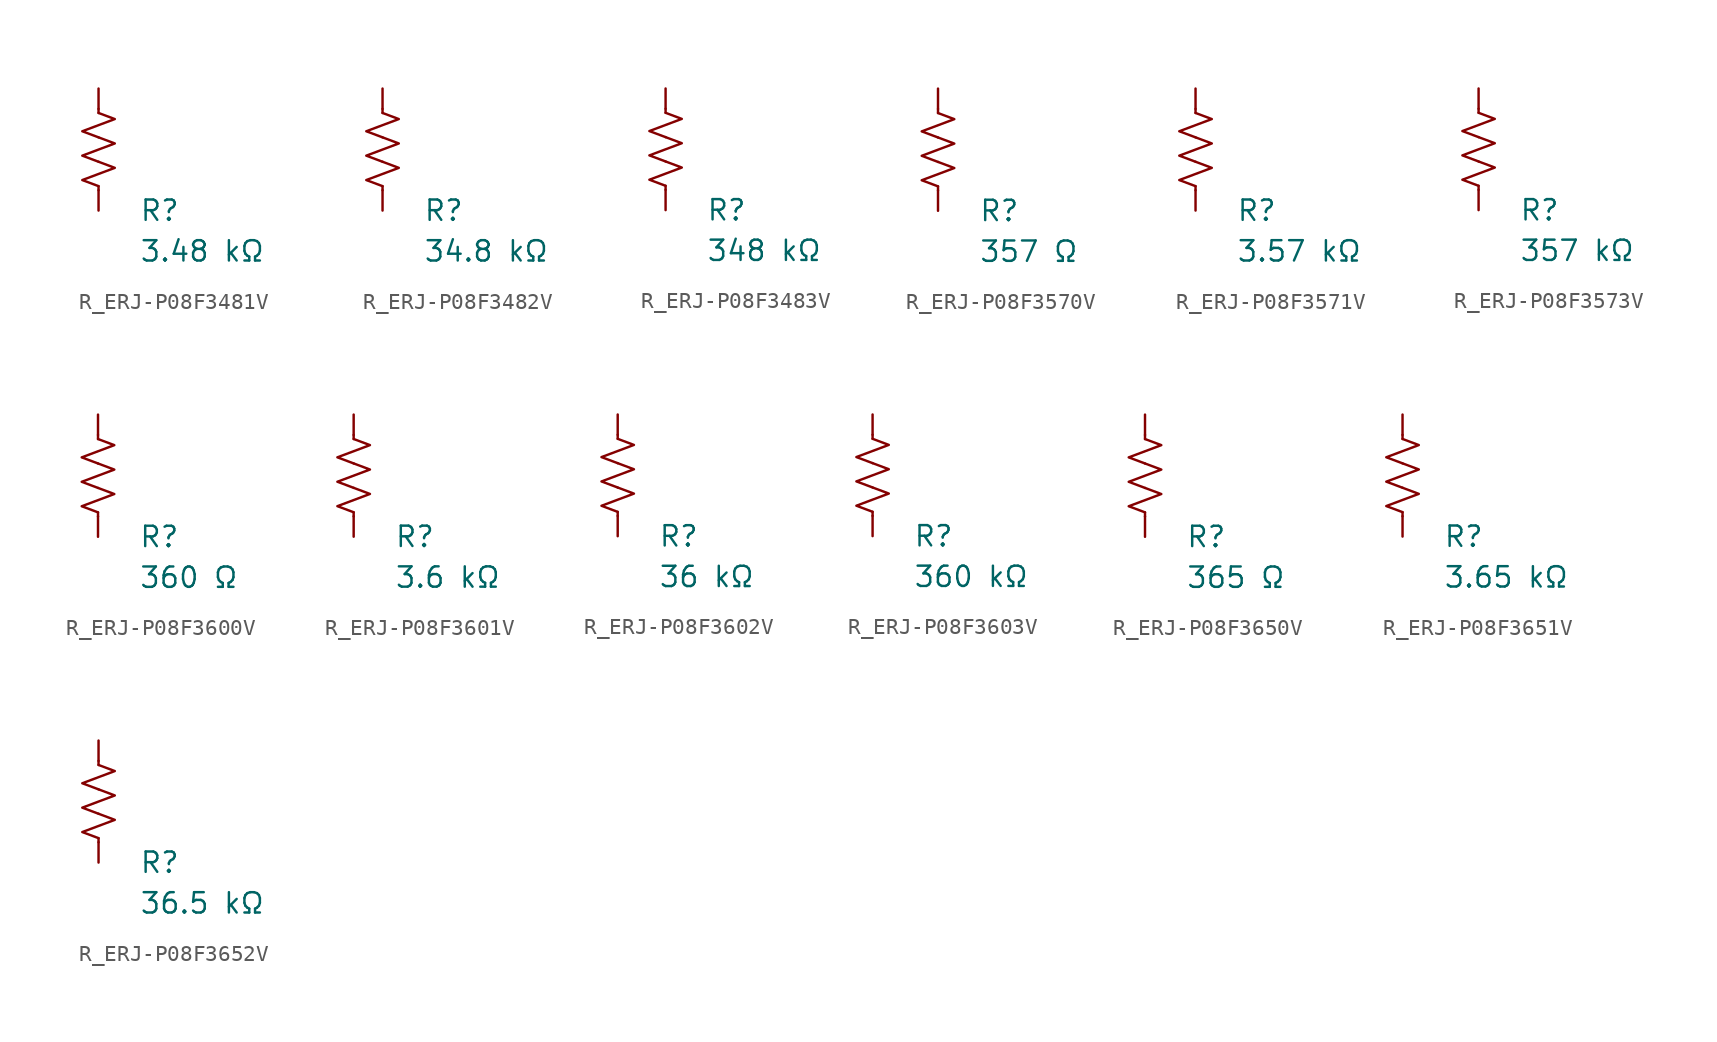
<source format=kicad_sym>
(kicad_symbol_lib
  (version 20231120)
  (generator "kicad_symbol_editor")
  (generator_version "8.0")
  (symbol "R_ERJ-P08F3481V"
    (pin_numbers hide)
    (pin_names
      (offset 0))
    (property "Reference" "R"
      (at 2.54 -3.81 0)
      (effects (font (size 1.27 1.27)) (justify left))
      (show_name no))
    (property "Value" "3.48 kΩ"
      (at 2.54 -6.35 0)
      (effects (font (size 1.27 1.27)) (justify left))
      (show_name no))
    (symbol "R_ERJ-P08F3481V_0_1"
      (polyline (pts (xy 0 -2.286) (xy 0 -2.54)) (stroke (width 0) (type default)) (fill (type none)))
      (polyline (pts (xy 0 2.286) (xy 0 2.54)) (stroke (width 0) (type default)) (fill (type none)))
      (polyline (pts (xy 0 -0.762) (xy 1.016 -1.143) (xy 0 -1.524) (xy -1.016 -1.905) (xy 0 -2.286)) (stroke (width 0) (type default)) (fill (type none)))
      (polyline (pts (xy 0 0.762) (xy 1.016 0.381) (xy 0 0) (xy -1.016 -0.381) (xy 0 -0.762)) (stroke (width 0) (type default)) (fill (type none)))
      (polyline (pts (xy 0 2.286) (xy 1.016 1.905) (xy 0 1.524) (xy -1.016 1.143) (xy 0 0.762)) (stroke (width 0) (type default)) (fill (type none))))
    (symbol "R_ERJ-P08F3481V_1_1"
      (pin passive line (at 0 3.81 270) (length 1.27) (name "~" (effects (font (size 1.27 1.27)))) (number "1" (effects (font (size 1.27 1.27)))))
      (pin passive line (at 0 -3.81 90) (length 1.27) (name "~" (effects (font (size 1.27 1.27)))) (number "2" (effects (font (size 1.27 1.27)))))))
  (symbol "R_ERJ-P08F3482V"
    (pin_numbers hide)
    (pin_names
      (offset 0))
    (property "Reference" "R"
      (at 2.54 -3.81 0)
      (effects (font (size 1.27 1.27)) (justify left))
      (show_name no))
    (property "Value" "34.8 kΩ"
      (at 2.54 -6.35 0)
      (effects (font (size 1.27 1.27)) (justify left))
      (show_name no))
    (symbol "R_ERJ-P08F3482V_0_1"
      (polyline (pts (xy 0 -2.286) (xy 0 -2.54)) (stroke (width 0) (type default)) (fill (type none)))
      (polyline (pts (xy 0 2.286) (xy 0 2.54)) (stroke (width 0) (type default)) (fill (type none)))
      (polyline (pts (xy 0 -0.762) (xy 1.016 -1.143) (xy 0 -1.524) (xy -1.016 -1.905) (xy 0 -2.286)) (stroke (width 0) (type default)) (fill (type none)))
      (polyline (pts (xy 0 0.762) (xy 1.016 0.381) (xy 0 0) (xy -1.016 -0.381) (xy 0 -0.762)) (stroke (width 0) (type default)) (fill (type none)))
      (polyline (pts (xy 0 2.286) (xy 1.016 1.905) (xy 0 1.524) (xy -1.016 1.143) (xy 0 0.762)) (stroke (width 0) (type default)) (fill (type none))))
    (symbol "R_ERJ-P08F3482V_1_1"
      (pin passive line (at 0 3.81 270) (length 1.27) (name "~" (effects (font (size 1.27 1.27)))) (number "1" (effects (font (size 1.27 1.27)))))
      (pin passive line (at 0 -3.81 90) (length 1.27) (name "~" (effects (font (size 1.27 1.27)))) (number "2" (effects (font (size 1.27 1.27)))))))
  (symbol "R_ERJ-P08F3483V"
    (pin_numbers hide)
    (pin_names
      (offset 0))
    (property "Reference" "R"
      (at 2.54 -3.81 0)
      (effects (font (size 1.27 1.27)) (justify left))
      (show_name no))
    (property "Value" "348 kΩ"
      (at 2.54 -6.35 0)
      (effects (font (size 1.27 1.27)) (justify left))
      (show_name no))
    (symbol "R_ERJ-P08F3483V_0_1"
      (polyline (pts (xy 0 -2.286) (xy 0 -2.54)) (stroke (width 0) (type default)) (fill (type none)))
      (polyline (pts (xy 0 2.286) (xy 0 2.54)) (stroke (width 0) (type default)) (fill (type none)))
      (polyline (pts (xy 0 -0.762) (xy 1.016 -1.143) (xy 0 -1.524) (xy -1.016 -1.905) (xy 0 -2.286)) (stroke (width 0) (type default)) (fill (type none)))
      (polyline (pts (xy 0 0.762) (xy 1.016 0.381) (xy 0 0) (xy -1.016 -0.381) (xy 0 -0.762)) (stroke (width 0) (type default)) (fill (type none)))
      (polyline (pts (xy 0 2.286) (xy 1.016 1.905) (xy 0 1.524) (xy -1.016 1.143) (xy 0 0.762)) (stroke (width 0) (type default)) (fill (type none))))
    (symbol "R_ERJ-P08F3483V_1_1"
      (pin passive line (at 0 3.81 270) (length 1.27) (name "~" (effects (font (size 1.27 1.27)))) (number "1" (effects (font (size 1.27 1.27)))))
      (pin passive line (at 0 -3.81 90) (length 1.27) (name "~" (effects (font (size 1.27 1.27)))) (number "2" (effects (font (size 1.27 1.27)))))))
  (symbol "R_ERJ-P08F3570V"
    (pin_numbers hide)
    (pin_names
      (offset 0))
    (property "Reference" "R"
      (at 2.54 -3.81 0)
      (effects (font (size 1.27 1.27)) (justify left))
      (show_name no))
    (property "Value" "357 Ω"
      (at 2.54 -6.35 0)
      (effects (font (size 1.27 1.27)) (justify left))
      (show_name no))
    (symbol "R_ERJ-P08F3570V_0_1"
      (polyline (pts (xy 0 -2.286) (xy 0 -2.54)) (stroke (width 0) (type default)) (fill (type none)))
      (polyline (pts (xy 0 2.286) (xy 0 2.54)) (stroke (width 0) (type default)) (fill (type none)))
      (polyline (pts (xy 0 -0.762) (xy 1.016 -1.143) (xy 0 -1.524) (xy -1.016 -1.905) (xy 0 -2.286)) (stroke (width 0) (type default)) (fill (type none)))
      (polyline (pts (xy 0 0.762) (xy 1.016 0.381) (xy 0 0) (xy -1.016 -0.381) (xy 0 -0.762)) (stroke (width 0) (type default)) (fill (type none)))
      (polyline (pts (xy 0 2.286) (xy 1.016 1.905) (xy 0 1.524) (xy -1.016 1.143) (xy 0 0.762)) (stroke (width 0) (type default)) (fill (type none))))
    (symbol "R_ERJ-P08F3570V_1_1"
      (pin passive line (at 0 3.81 270) (length 1.27) (name "~" (effects (font (size 1.27 1.27)))) (number "1" (effects (font (size 1.27 1.27)))))
      (pin passive line (at 0 -3.81 90) (length 1.27) (name "~" (effects (font (size 1.27 1.27)))) (number "2" (effects (font (size 1.27 1.27)))))))
  (symbol "R_ERJ-P08F3571V"
    (pin_numbers hide)
    (pin_names
      (offset 0))
    (property "Reference" "R"
      (at 2.54 -3.81 0)
      (effects (font (size 1.27 1.27)) (justify left))
      (show_name no))
    (property "Value" "3.57 kΩ"
      (at 2.54 -6.35 0)
      (effects (font (size 1.27 1.27)) (justify left))
      (show_name no))
    (symbol "R_ERJ-P08F3571V_0_1"
      (polyline (pts (xy 0 -2.286) (xy 0 -2.54)) (stroke (width 0) (type default)) (fill (type none)))
      (polyline (pts (xy 0 2.286) (xy 0 2.54)) (stroke (width 0) (type default)) (fill (type none)))
      (polyline (pts (xy 0 -0.762) (xy 1.016 -1.143) (xy 0 -1.524) (xy -1.016 -1.905) (xy 0 -2.286)) (stroke (width 0) (type default)) (fill (type none)))
      (polyline (pts (xy 0 0.762) (xy 1.016 0.381) (xy 0 0) (xy -1.016 -0.381) (xy 0 -0.762)) (stroke (width 0) (type default)) (fill (type none)))
      (polyline (pts (xy 0 2.286) (xy 1.016 1.905) (xy 0 1.524) (xy -1.016 1.143) (xy 0 0.762)) (stroke (width 0) (type default)) (fill (type none))))
    (symbol "R_ERJ-P08F3571V_1_1"
      (pin passive line (at 0 3.81 270) (length 1.27) (name "~" (effects (font (size 1.27 1.27)))) (number "1" (effects (font (size 1.27 1.27)))))
      (pin passive line (at 0 -3.81 90) (length 1.27) (name "~" (effects (font (size 1.27 1.27)))) (number "2" (effects (font (size 1.27 1.27)))))))
  (symbol "R_ERJ-P08F3573V"
    (pin_numbers hide)
    (pin_names
      (offset 0))
    (property "Reference" "R"
      (at 2.54 -3.81 0)
      (effects (font (size 1.27 1.27)) (justify left))
      (show_name no))
    (property "Value" "357 kΩ"
      (at 2.54 -6.35 0)
      (effects (font (size 1.27 1.27)) (justify left))
      (show_name no))
    (symbol "R_ERJ-P08F3573V_0_1"
      (polyline (pts (xy 0 -2.286) (xy 0 -2.54)) (stroke (width 0) (type default)) (fill (type none)))
      (polyline (pts (xy 0 2.286) (xy 0 2.54)) (stroke (width 0) (type default)) (fill (type none)))
      (polyline (pts (xy 0 -0.762) (xy 1.016 -1.143) (xy 0 -1.524) (xy -1.016 -1.905) (xy 0 -2.286)) (stroke (width 0) (type default)) (fill (type none)))
      (polyline (pts (xy 0 0.762) (xy 1.016 0.381) (xy 0 0) (xy -1.016 -0.381) (xy 0 -0.762)) (stroke (width 0) (type default)) (fill (type none)))
      (polyline (pts (xy 0 2.286) (xy 1.016 1.905) (xy 0 1.524) (xy -1.016 1.143) (xy 0 0.762)) (stroke (width 0) (type default)) (fill (type none))))
    (symbol "R_ERJ-P08F3573V_1_1"
      (pin passive line (at 0 3.81 270) (length 1.27) (name "~" (effects (font (size 1.27 1.27)))) (number "1" (effects (font (size 1.27 1.27)))))
      (pin passive line (at 0 -3.81 90) (length 1.27) (name "~" (effects (font (size 1.27 1.27)))) (number "2" (effects (font (size 1.27 1.27)))))))
  (symbol "R_ERJ-P08F3600V"
    (pin_numbers hide)
    (pin_names
      (offset 0))
    (property "Reference" "R"
      (at 2.54 -3.81 0)
      (effects (font (size 1.27 1.27)) (justify left))
      (show_name no))
    (property "Value" "360 Ω"
      (at 2.54 -6.35 0)
      (effects (font (size 1.27 1.27)) (justify left))
      (show_name no))
    (symbol "R_ERJ-P08F3600V_0_1"
      (polyline (pts (xy 0 -2.286) (xy 0 -2.54)) (stroke (width 0) (type default)) (fill (type none)))
      (polyline (pts (xy 0 2.286) (xy 0 2.54)) (stroke (width 0) (type default)) (fill (type none)))
      (polyline (pts (xy 0 -0.762) (xy 1.016 -1.143) (xy 0 -1.524) (xy -1.016 -1.905) (xy 0 -2.286)) (stroke (width 0) (type default)) (fill (type none)))
      (polyline (pts (xy 0 0.762) (xy 1.016 0.381) (xy 0 0) (xy -1.016 -0.381) (xy 0 -0.762)) (stroke (width 0) (type default)) (fill (type none)))
      (polyline (pts (xy 0 2.286) (xy 1.016 1.905) (xy 0 1.524) (xy -1.016 1.143) (xy 0 0.762)) (stroke (width 0) (type default)) (fill (type none))))
    (symbol "R_ERJ-P08F3600V_1_1"
      (pin passive line (at 0 3.81 270) (length 1.27) (name "~" (effects (font (size 1.27 1.27)))) (number "1" (effects (font (size 1.27 1.27)))))
      (pin passive line (at 0 -3.81 90) (length 1.27) (name "~" (effects (font (size 1.27 1.27)))) (number "2" (effects (font (size 1.27 1.27)))))))
  (symbol "R_ERJ-P08F3601V"
    (pin_numbers hide)
    (pin_names
      (offset 0))
    (property "Reference" "R"
      (at 2.54 -3.81 0)
      (effects (font (size 1.27 1.27)) (justify left))
      (show_name no))
    (property "Value" "3.6 kΩ"
      (at 2.54 -6.35 0)
      (effects (font (size 1.27 1.27)) (justify left))
      (show_name no))
    (symbol "R_ERJ-P08F3601V_0_1"
      (polyline (pts (xy 0 -2.286) (xy 0 -2.54)) (stroke (width 0) (type default)) (fill (type none)))
      (polyline (pts (xy 0 2.286) (xy 0 2.54)) (stroke (width 0) (type default)) (fill (type none)))
      (polyline (pts (xy 0 -0.762) (xy 1.016 -1.143) (xy 0 -1.524) (xy -1.016 -1.905) (xy 0 -2.286)) (stroke (width 0) (type default)) (fill (type none)))
      (polyline (pts (xy 0 0.762) (xy 1.016 0.381) (xy 0 0) (xy -1.016 -0.381) (xy 0 -0.762)) (stroke (width 0) (type default)) (fill (type none)))
      (polyline (pts (xy 0 2.286) (xy 1.016 1.905) (xy 0 1.524) (xy -1.016 1.143) (xy 0 0.762)) (stroke (width 0) (type default)) (fill (type none))))
    (symbol "R_ERJ-P08F3601V_1_1"
      (pin passive line (at 0 3.81 270) (length 1.27) (name "~" (effects (font (size 1.27 1.27)))) (number "1" (effects (font (size 1.27 1.27)))))
      (pin passive line (at 0 -3.81 90) (length 1.27) (name "~" (effects (font (size 1.27 1.27)))) (number "2" (effects (font (size 1.27 1.27)))))))
  (symbol "R_ERJ-P08F3602V"
    (pin_numbers hide)
    (pin_names
      (offset 0))
    (property "Reference" "R"
      (at 2.54 -3.81 0)
      (effects (font (size 1.27 1.27)) (justify left))
      (show_name no))
    (property "Value" "36 kΩ"
      (at 2.54 -6.35 0)
      (effects (font (size 1.27 1.27)) (justify left))
      (show_name no))
    (symbol "R_ERJ-P08F3602V_0_1"
      (polyline (pts (xy 0 -2.286) (xy 0 -2.54)) (stroke (width 0) (type default)) (fill (type none)))
      (polyline (pts (xy 0 2.286) (xy 0 2.54)) (stroke (width 0) (type default)) (fill (type none)))
      (polyline (pts (xy 0 -0.762) (xy 1.016 -1.143) (xy 0 -1.524) (xy -1.016 -1.905) (xy 0 -2.286)) (stroke (width 0) (type default)) (fill (type none)))
      (polyline (pts (xy 0 0.762) (xy 1.016 0.381) (xy 0 0) (xy -1.016 -0.381) (xy 0 -0.762)) (stroke (width 0) (type default)) (fill (type none)))
      (polyline (pts (xy 0 2.286) (xy 1.016 1.905) (xy 0 1.524) (xy -1.016 1.143) (xy 0 0.762)) (stroke (width 0) (type default)) (fill (type none))))
    (symbol "R_ERJ-P08F3602V_1_1"
      (pin passive line (at 0 3.81 270) (length 1.27) (name "~" (effects (font (size 1.27 1.27)))) (number "1" (effects (font (size 1.27 1.27)))))
      (pin passive line (at 0 -3.81 90) (length 1.27) (name "~" (effects (font (size 1.27 1.27)))) (number "2" (effects (font (size 1.27 1.27)))))))
  (symbol "R_ERJ-P08F3603V"
    (pin_numbers hide)
    (pin_names
      (offset 0))
    (property "Reference" "R"
      (at 2.54 -3.81 0)
      (effects (font (size 1.27 1.27)) (justify left))
      (show_name no))
    (property "Value" "360 kΩ"
      (at 2.54 -6.35 0)
      (effects (font (size 1.27 1.27)) (justify left))
      (show_name no))
    (symbol "R_ERJ-P08F3603V_0_1"
      (polyline (pts (xy 0 -2.286) (xy 0 -2.54)) (stroke (width 0) (type default)) (fill (type none)))
      (polyline (pts (xy 0 2.286) (xy 0 2.54)) (stroke (width 0) (type default)) (fill (type none)))
      (polyline (pts (xy 0 -0.762) (xy 1.016 -1.143) (xy 0 -1.524) (xy -1.016 -1.905) (xy 0 -2.286)) (stroke (width 0) (type default)) (fill (type none)))
      (polyline (pts (xy 0 0.762) (xy 1.016 0.381) (xy 0 0) (xy -1.016 -0.381) (xy 0 -0.762)) (stroke (width 0) (type default)) (fill (type none)))
      (polyline (pts (xy 0 2.286) (xy 1.016 1.905) (xy 0 1.524) (xy -1.016 1.143) (xy 0 0.762)) (stroke (width 0) (type default)) (fill (type none))))
    (symbol "R_ERJ-P08F3603V_1_1"
      (pin passive line (at 0 3.81 270) (length 1.27) (name "~" (effects (font (size 1.27 1.27)))) (number "1" (effects (font (size 1.27 1.27)))))
      (pin passive line (at 0 -3.81 90) (length 1.27) (name "~" (effects (font (size 1.27 1.27)))) (number "2" (effects (font (size 1.27 1.27)))))))
  (symbol "R_ERJ-P08F3650V"
    (pin_numbers hide)
    (pin_names
      (offset 0))
    (property "Reference" "R"
      (at 2.54 -3.81 0)
      (effects (font (size 1.27 1.27)) (justify left))
      (show_name no))
    (property "Value" "365 Ω"
      (at 2.54 -6.35 0)
      (effects (font (size 1.27 1.27)) (justify left))
      (show_name no))
    (symbol "R_ERJ-P08F3650V_0_1"
      (polyline (pts (xy 0 -2.286) (xy 0 -2.54)) (stroke (width 0) (type default)) (fill (type none)))
      (polyline (pts (xy 0 2.286) (xy 0 2.54)) (stroke (width 0) (type default)) (fill (type none)))
      (polyline (pts (xy 0 -0.762) (xy 1.016 -1.143) (xy 0 -1.524) (xy -1.016 -1.905) (xy 0 -2.286)) (stroke (width 0) (type default)) (fill (type none)))
      (polyline (pts (xy 0 0.762) (xy 1.016 0.381) (xy 0 0) (xy -1.016 -0.381) (xy 0 -0.762)) (stroke (width 0) (type default)) (fill (type none)))
      (polyline (pts (xy 0 2.286) (xy 1.016 1.905) (xy 0 1.524) (xy -1.016 1.143) (xy 0 0.762)) (stroke (width 0) (type default)) (fill (type none))))
    (symbol "R_ERJ-P08F3650V_1_1"
      (pin passive line (at 0 3.81 270) (length 1.27) (name "~" (effects (font (size 1.27 1.27)))) (number "1" (effects (font (size 1.27 1.27)))))
      (pin passive line (at 0 -3.81 90) (length 1.27) (name "~" (effects (font (size 1.27 1.27)))) (number "2" (effects (font (size 1.27 1.27)))))))
  (symbol "R_ERJ-P08F3651V"
    (pin_numbers hide)
    (pin_names
      (offset 0))
    (property "Reference" "R"
      (at 2.54 -3.81 0)
      (effects (font (size 1.27 1.27)) (justify left))
      (show_name no))
    (property "Value" "3.65 kΩ"
      (at 2.54 -6.35 0)
      (effects (font (size 1.27 1.27)) (justify left))
      (show_name no))
    (symbol "R_ERJ-P08F3651V_0_1"
      (polyline (pts (xy 0 -2.286) (xy 0 -2.54)) (stroke (width 0) (type default)) (fill (type none)))
      (polyline (pts (xy 0 2.286) (xy 0 2.54)) (stroke (width 0) (type default)) (fill (type none)))
      (polyline (pts (xy 0 -0.762) (xy 1.016 -1.143) (xy 0 -1.524) (xy -1.016 -1.905) (xy 0 -2.286)) (stroke (width 0) (type default)) (fill (type none)))
      (polyline (pts (xy 0 0.762) (xy 1.016 0.381) (xy 0 0) (xy -1.016 -0.381) (xy 0 -0.762)) (stroke (width 0) (type default)) (fill (type none)))
      (polyline (pts (xy 0 2.286) (xy 1.016 1.905) (xy 0 1.524) (xy -1.016 1.143) (xy 0 0.762)) (stroke (width 0) (type default)) (fill (type none))))
    (symbol "R_ERJ-P08F3651V_1_1"
      (pin passive line (at 0 3.81 270) (length 1.27) (name "~" (effects (font (size 1.27 1.27)))) (number "1" (effects (font (size 1.27 1.27)))))
      (pin passive line (at 0 -3.81 90) (length 1.27) (name "~" (effects (font (size 1.27 1.27)))) (number "2" (effects (font (size 1.27 1.27)))))))
  (symbol "R_ERJ-P08F3652V"
    (pin_numbers hide)
    (pin_names
      (offset 0))
    (property "Reference" "R"
      (at 2.54 -3.81 0)
      (effects (font (size 1.27 1.27)) (justify left))
      (show_name no))
    (property "Value" "36.5 kΩ"
      (at 2.54 -6.35 0)
      (effects (font (size 1.27 1.27)) (justify left))
      (show_name no))
    (symbol "R_ERJ-P08F3652V_0_1"
      (polyline (pts (xy 0 -2.286) (xy 0 -2.54)) (stroke (width 0) (type default)) (fill (type none)))
      (polyline (pts (xy 0 2.286) (xy 0 2.54)) (stroke (width 0) (type default)) (fill (type none)))
      (polyline (pts (xy 0 -0.762) (xy 1.016 -1.143) (xy 0 -1.524) (xy -1.016 -1.905) (xy 0 -2.286)) (stroke (width 0) (type default)) (fill (type none)))
      (polyline (pts (xy 0 0.762) (xy 1.016 0.381) (xy 0 0) (xy -1.016 -0.381) (xy 0 -0.762)) (stroke (width 0) (type default)) (fill (type none)))
      (polyline (pts (xy 0 2.286) (xy 1.016 1.905) (xy 0 1.524) (xy -1.016 1.143) (xy 0 0.762)) (stroke (width 0) (type default)) (fill (type none))))
    (symbol "R_ERJ-P08F3652V_1_1"
      (pin passive line (at 0 3.81 270) (length 1.27) (name "~" (effects (font (size 1.27 1.27)))) (number "1" (effects (font (size 1.27 1.27)))))
      (pin passive line (at 0 -3.81 90) (length 1.27) (name "~" (effects (font (size 1.27 1.27)))) (number "2" (effects (font (size 1.27 1.27))))))))
</source>
